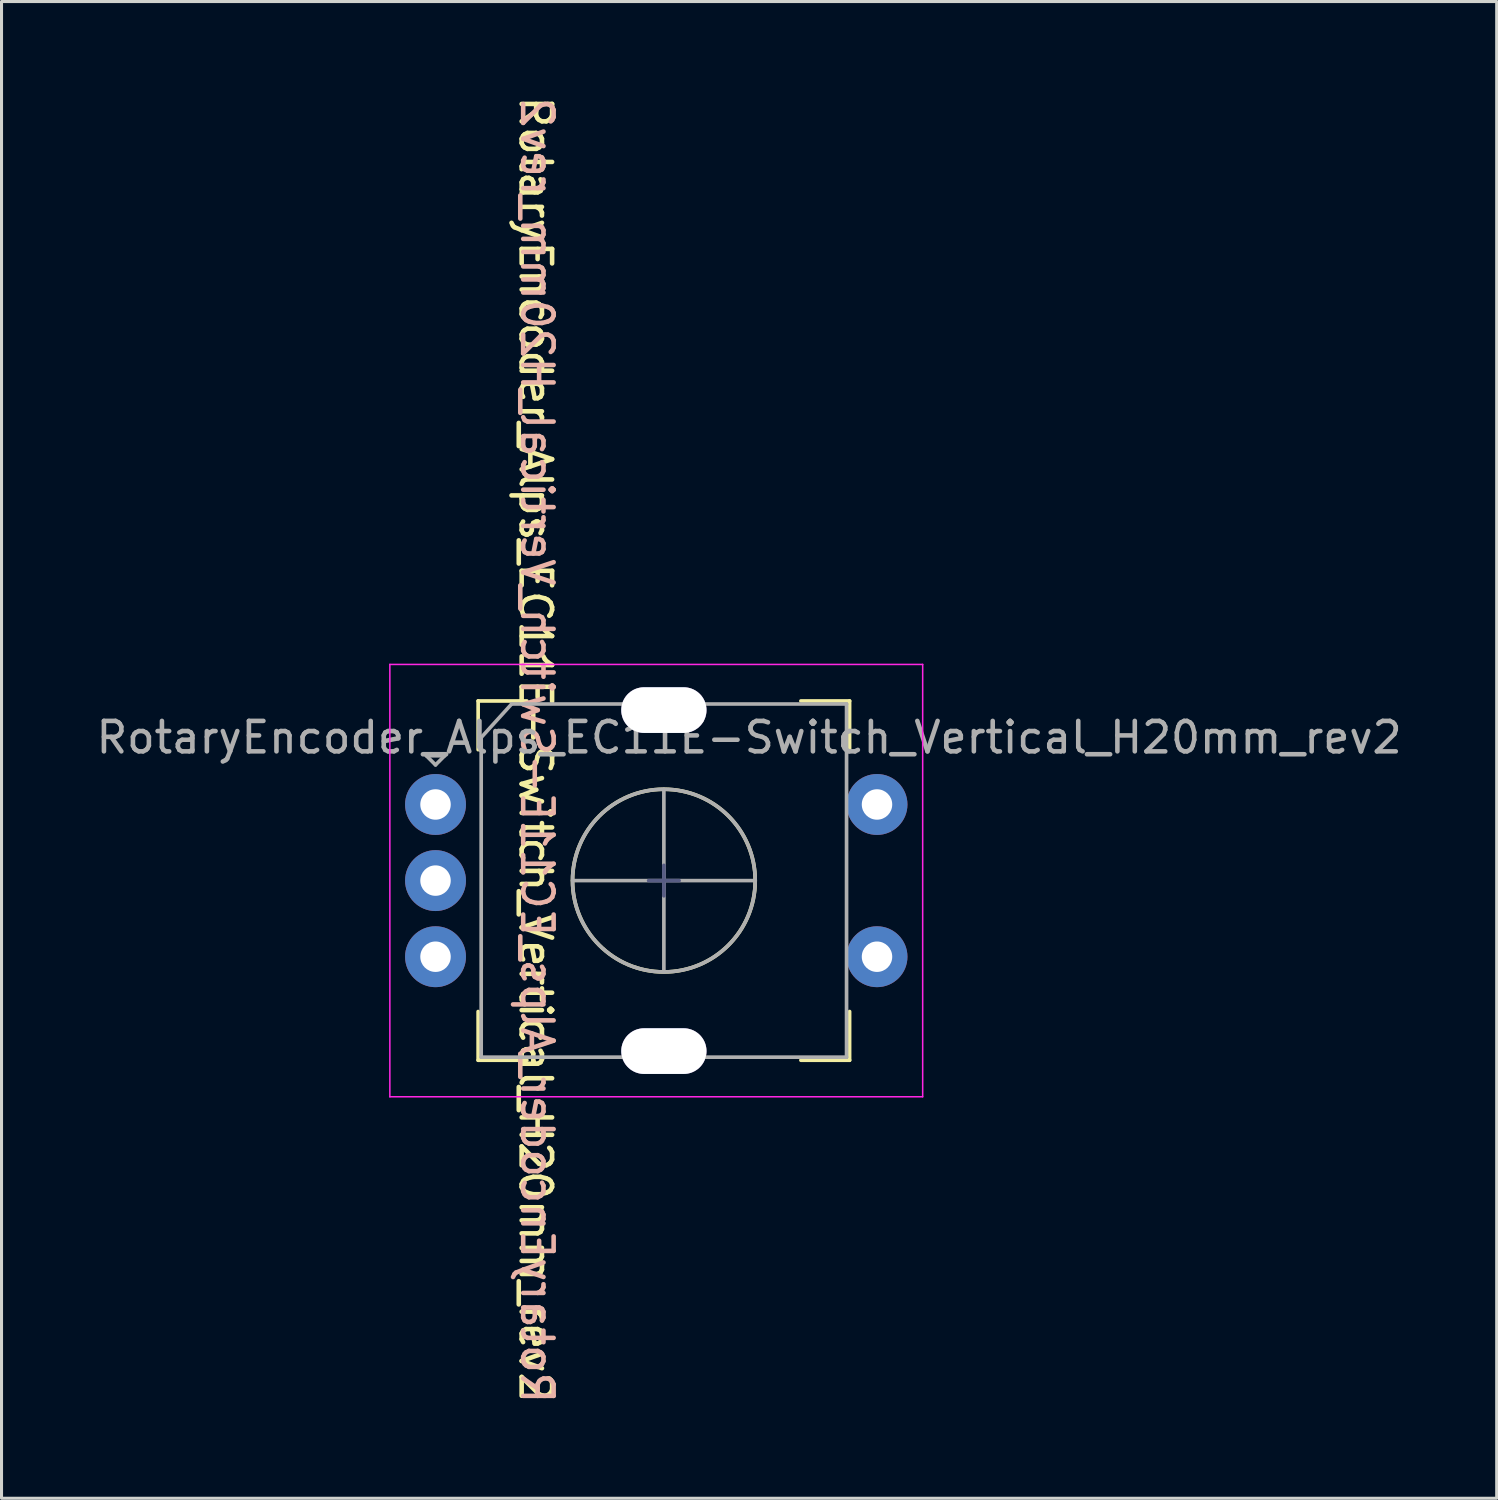
<source format=kicad_pcb>
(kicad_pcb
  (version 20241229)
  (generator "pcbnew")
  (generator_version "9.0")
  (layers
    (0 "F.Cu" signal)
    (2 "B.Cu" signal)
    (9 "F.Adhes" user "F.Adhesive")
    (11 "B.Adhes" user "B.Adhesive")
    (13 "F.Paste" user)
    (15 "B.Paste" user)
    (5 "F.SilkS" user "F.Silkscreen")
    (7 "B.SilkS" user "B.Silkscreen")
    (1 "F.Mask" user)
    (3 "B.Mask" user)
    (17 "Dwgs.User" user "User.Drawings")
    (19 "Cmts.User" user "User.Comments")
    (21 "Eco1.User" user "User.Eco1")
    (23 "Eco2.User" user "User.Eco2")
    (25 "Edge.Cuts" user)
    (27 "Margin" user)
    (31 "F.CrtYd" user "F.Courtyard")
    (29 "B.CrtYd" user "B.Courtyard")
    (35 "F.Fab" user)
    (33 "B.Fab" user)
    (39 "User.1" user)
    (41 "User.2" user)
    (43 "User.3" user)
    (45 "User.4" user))
  (footprint "RotaryEncoder_Alps_EC11E-Switch_Vertical_H20mm_rev2"
    (layer "F.Cu")
    (at 18.754 25.872)
    (property "Reference" "RotaryEncoder_Alps_EC11E-Switch_Vertical_H20mm_rev2" (at 2.8 -4.7 0) (layer "F.Fab") (effects (font (size 1 1) (thickness 0.15))))
    (attr through_hole)
    (fp_line (start -6.1 -5.9) (end -6.1 -4.3) (stroke (width 0.12) (type solid)) (layer "F.SilkS"))
    (fp_line (start -6.1 4.3) (end -6.1 5.9) (stroke (width 0.12) (type solid)) (layer "F.SilkS"))
    (fp_line (start -4.5 -5.9) (end -6.1 -5.9) (stroke (width 0.12) (type solid)) (layer "F.SilkS"))
    (fp_line (start -4.5 5.9) (end -6.1 5.9) (stroke (width 0.12) (type solid)) (layer "F.SilkS"))
    (fp_line (start 4.5 -5.9) (end 6.1 -5.9) (stroke (width 0.12) (type solid)) (layer "F.SilkS"))
    (fp_line (start 6.1 -5.9) (end 6.1 -4.3) (stroke (width 0.12) (type solid)) (layer "F.SilkS"))
    (fp_line (start 6.1 4.3) (end 6.1 5.9) (stroke (width 0.12) (type solid)) (layer "F.SilkS"))
    (fp_line (start 6.1 5.9) (end 4.5 5.9) (stroke (width 0.12) (type solid)) (layer "F.SilkS"))
    (fp_circle (center 0 0) (end 3 0) (stroke (width 0.12) (type solid)) (fill no) (layer "F.SilkS"))
    (fp_line (start -9 -7.1) (end -9 7.1) (stroke (width 0.05) (type solid)) (layer "F.CrtYd"))
    (fp_line (start -9 -7.1) (end 8.5 -7.1) (stroke (width 0.05) (type solid)) (layer "F.CrtYd"))
    (fp_line (start 8.5 7.1) (end -9 7.1) (stroke (width 0.05) (type solid)) (layer "F.CrtYd"))
    (fp_line (start 8.5 7.1) (end 8.5 -7.1) (stroke (width 0.05) (type solid)) (layer "F.CrtYd"))
    (fp_line (start -0.5 0) (end 0.5 0) (stroke (width 0.12) (type solid)) (layer "B.Fab"))
    (fp_line (start 0 -0.5) (end 0 0.5) (stroke (width 0.12) (type solid)) (layer "B.Fab"))
    (fp_line (start -7.8 -4.1) (end -7.2 -4.1) (stroke (width 0.12) (type solid)) (layer "F.Fab"))
    (fp_line (start -7.5 -3.8) (end -7.8 -4.1) (stroke (width 0.12) (type solid)) (layer "F.Fab"))
    (fp_line (start -7.2 -4.1) (end -7.5 -3.8) (stroke (width 0.12) (type solid)) (layer "F.Fab"))
    (fp_line (start -6 -4.7) (end -5 -5.8) (stroke (width 0.12) (type solid)) (layer "F.Fab"))
    (fp_line (start -6 5.8) (end -6 -4.7) (stroke (width 0.12) (type solid)) (layer "F.Fab"))
    (fp_line (start -5 -5.8) (end 6 -5.8) (stroke (width 0.12) (type solid)) (layer "F.Fab"))
    (fp_line (start -3 0) (end 3 0) (stroke (width 0.12) (type solid)) (layer "F.Fab"))
    (fp_line (start 0 -3) (end 0 3) (stroke (width 0.12) (type solid)) (layer "F.Fab"))
    (fp_line (start 6 -5.8) (end 6 5.8) (stroke (width 0.12) (type solid)) (layer "F.Fab"))
    (fp_line (start 6 5.8) (end -6 5.8) (stroke (width 0.12) (type solid)) (layer "F.Fab"))
    (fp_circle (center 0 0) (end 3 0) (stroke (width 0.12) (type solid)) (fill no) (layer "F.Fab"))
    (fp_text user "${REFERENCE}" (at -4.216 -4.318 270) (unlocked yes) (layer "F.SilkS") (effects (font (size 1 1) (thickness 0.15))))
    (fp_text user "${REFERENCE}" (at -4.166 -4.267 270) (unlocked yes) (layer "B.SilkS") (effects (font (size 1 1) (thickness 0.15)) (justify mirror)))
    (pad "A" thru_hole circle (at -7.5 -2.5) (size 2 2) (drill 1) (layers "*.Cu" "*.Mask"))
    (pad "B" thru_hole circle (at -7.5 2.5) (size 2 2) (drill 1) (layers "*.Cu" "*.Mask"))
    (pad "C" thru_hole circle (at -7.5 0) (size 2 2) (drill 1) (layers "*.Cu" "*.Mask"))
    (pad "MP" thru_hole oval (at 0 -5.6) (size 2.8 1.5) (drill oval 2.8 1.5) (layers "*.Cu" "*.Mask"))
    (pad "MP" thru_hole oval (at 0 5.6) (size 2.8 1.5) (drill oval 2.8 1.5) (layers "*.Cu" "*.Mask"))
    (pad "S1" thru_hole circle (at 7 2.5) (size 2 2) (drill 1) (layers "*.Cu" "*.Mask"))
    (pad "S2" thru_hole circle (at 7 -2.5) (size 2 2) (drill 1) (layers "*.Cu" "*.Mask")))
  (gr_rect
    (start -3 -3)
    (end 46.107 46.158)
    (stroke (width 0.1) (type default))
    (fill no)
    (layer "Edge.Cuts")))
</source>
